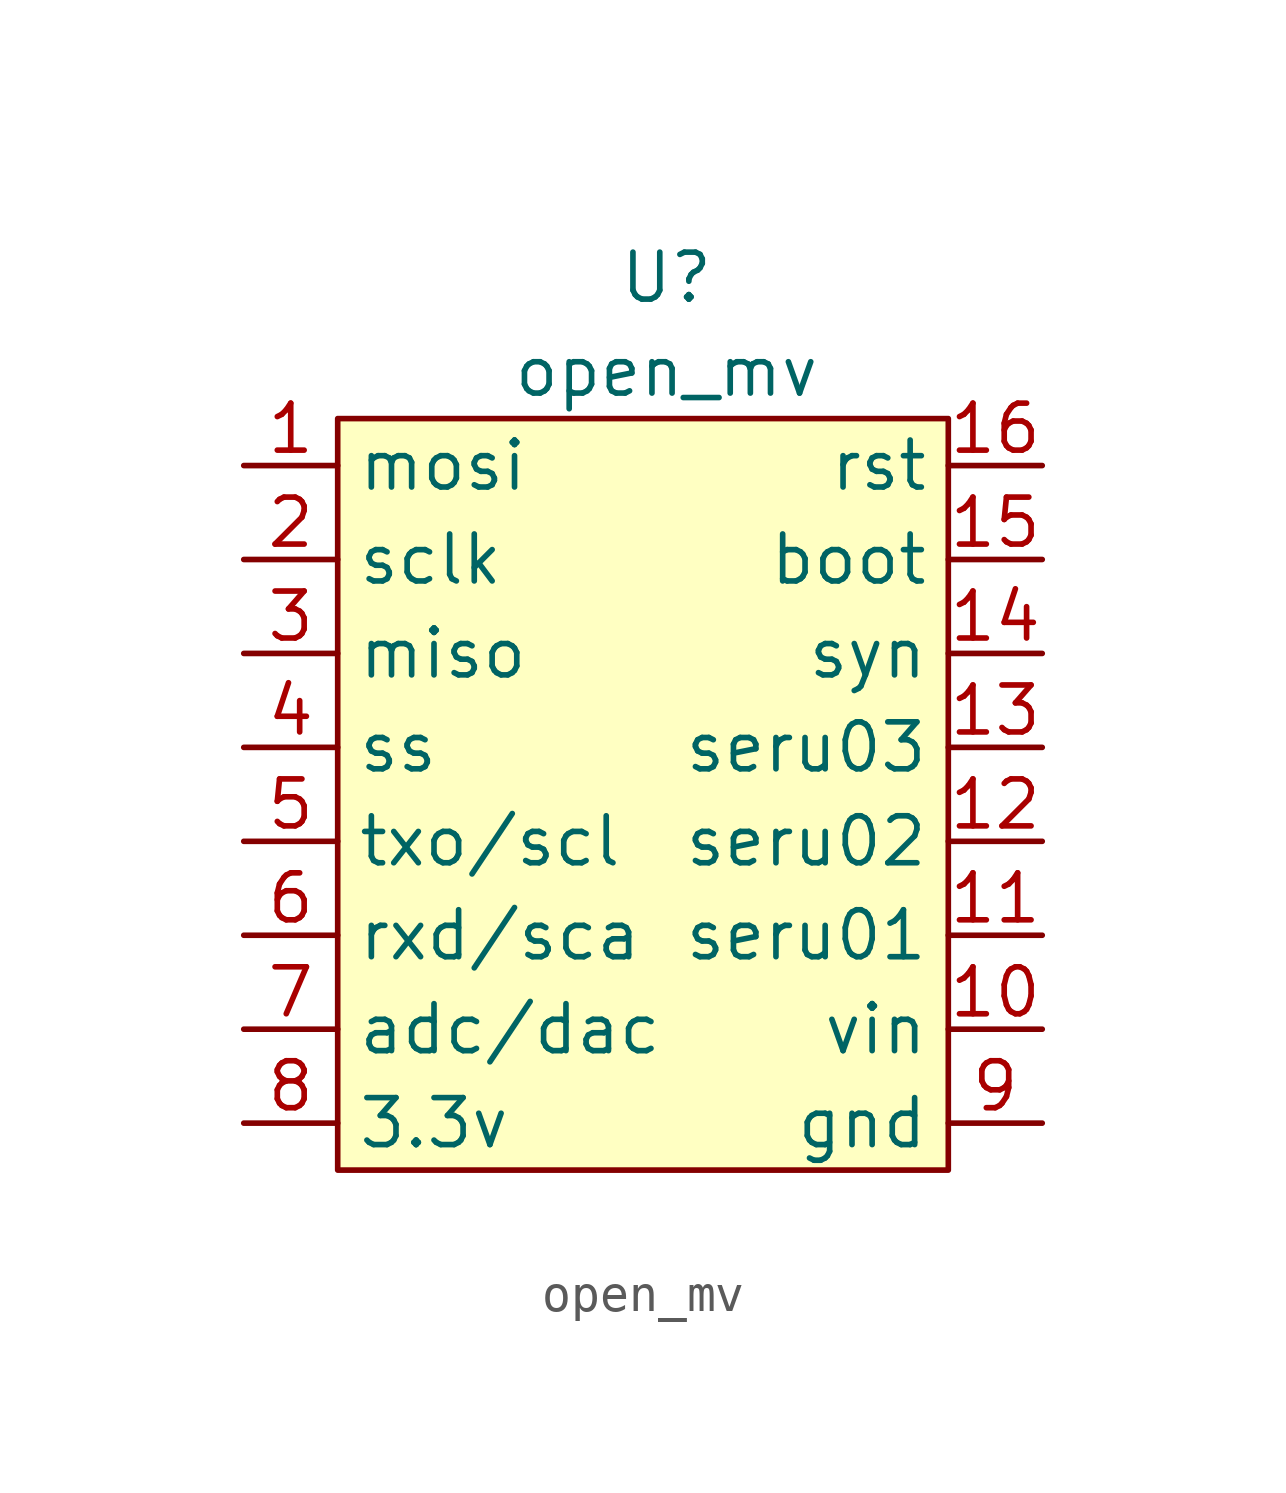
<source format=kicad_sym>
(kicad_symbol_lib
  (version 20211014)
  (generator kicad_symbol_editor)
  (symbol "open_mv"
    (property "Reference" "U"
      (at 0 3.81 0)
      (effects (font (size 1.27 1.27))))
    (property "Value" "open_mv"
      (at 0 1.27 0)
      (effects (font (size 1.27 1.27))))
    (symbol "open_mv_0_1"
      (rectangle (start -8.89 0) (end 7.62 -20.32) (stroke (width 0) (type default) (color 0 0 0 0)) (fill (type background))))
    (symbol "open_mv_1_1"
      (pin bidirectional line (at -11.43 -1.27 0) (length 2.54) (name "mosi" (effects (font (size 1.27 1.27)))) (number "1" (effects (font (size 1.27 1.27)))))
      (pin power_out line (at 10.16 -16.51 180) (length 2.54) (name "vin" (effects (font (size 1.27 1.27)))) (number "10" (effects (font (size 1.27 1.27)))))
      (pin bidirectional line (at 10.16 -13.97 180) (length 2.54) (name "seru01" (effects (font (size 1.27 1.27)))) (number "11" (effects (font (size 1.27 1.27)))))
      (pin bidirectional line (at 10.16 -11.43 180) (length 2.54) (name "seru02" (effects (font (size 1.27 1.27)))) (number "12" (effects (font (size 1.27 1.27)))))
      (pin bidirectional line (at 10.16 -8.89 180) (length 2.54) (name "seru03" (effects (font (size 1.27 1.27)))) (number "13" (effects (font (size 1.27 1.27)))))
      (pin bidirectional line (at 10.16 -6.35 180) (length 2.54) (name "syn" (effects (font (size 1.27 1.27)))) (number "14" (effects (font (size 1.27 1.27)))))
      (pin bidirectional line (at 10.16 -3.81 180) (length 2.54) (name "boot" (effects (font (size 1.27 1.27)))) (number "15" (effects (font (size 1.27 1.27)))))
      (pin bidirectional line (at 10.16 -1.27 180) (length 2.54) (name "rst" (effects (font (size 1.27 1.27)))) (number "16" (effects (font (size 1.27 1.27)))))
      (pin bidirectional line (at -11.43 -3.81 0) (length 2.54) (name "sclk" (effects (font (size 1.27 1.27)))) (number "2" (effects (font (size 1.27 1.27)))))
      (pin bidirectional line (at -11.43 -6.35 0) (length 2.54) (name "miso" (effects (font (size 1.27 1.27)))) (number "3" (effects (font (size 1.27 1.27)))))
      (pin bidirectional line (at -11.43 -8.89 0) (length 2.54) (name "ss" (effects (font (size 1.27 1.27)))) (number "4" (effects (font (size 1.27 1.27)))))
      (pin bidirectional line (at -11.43 -11.43 0) (length 2.54) (name "txo/scl" (effects (font (size 1.27 1.27)))) (number "5" (effects (font (size 1.27 1.27)))))
      (pin bidirectional line (at -11.43 -13.97 0) (length 2.54) (name "rxd/sca" (effects (font (size 1.27 1.27)))) (number "6" (effects (font (size 1.27 1.27)))))
      (pin bidirectional line (at -11.43 -16.51 0) (length 2.54) (name "adc/dac" (effects (font (size 1.27 1.27)))) (number "7" (effects (font (size 1.27 1.27)))))
      (pin power_out line (at -11.43 -19.05 0) (length 2.54) (name "3.3v" (effects (font (size 1.27 1.27)))) (number "8" (effects (font (size 1.27 1.27)))))
      (pin bidirectional line (at 10.16 -19.05 180) (length 2.54) (name "gnd" (effects (font (size 1.27 1.27)))) (number "9" (effects (font (size 1.27 1.27))))))))
</source>
